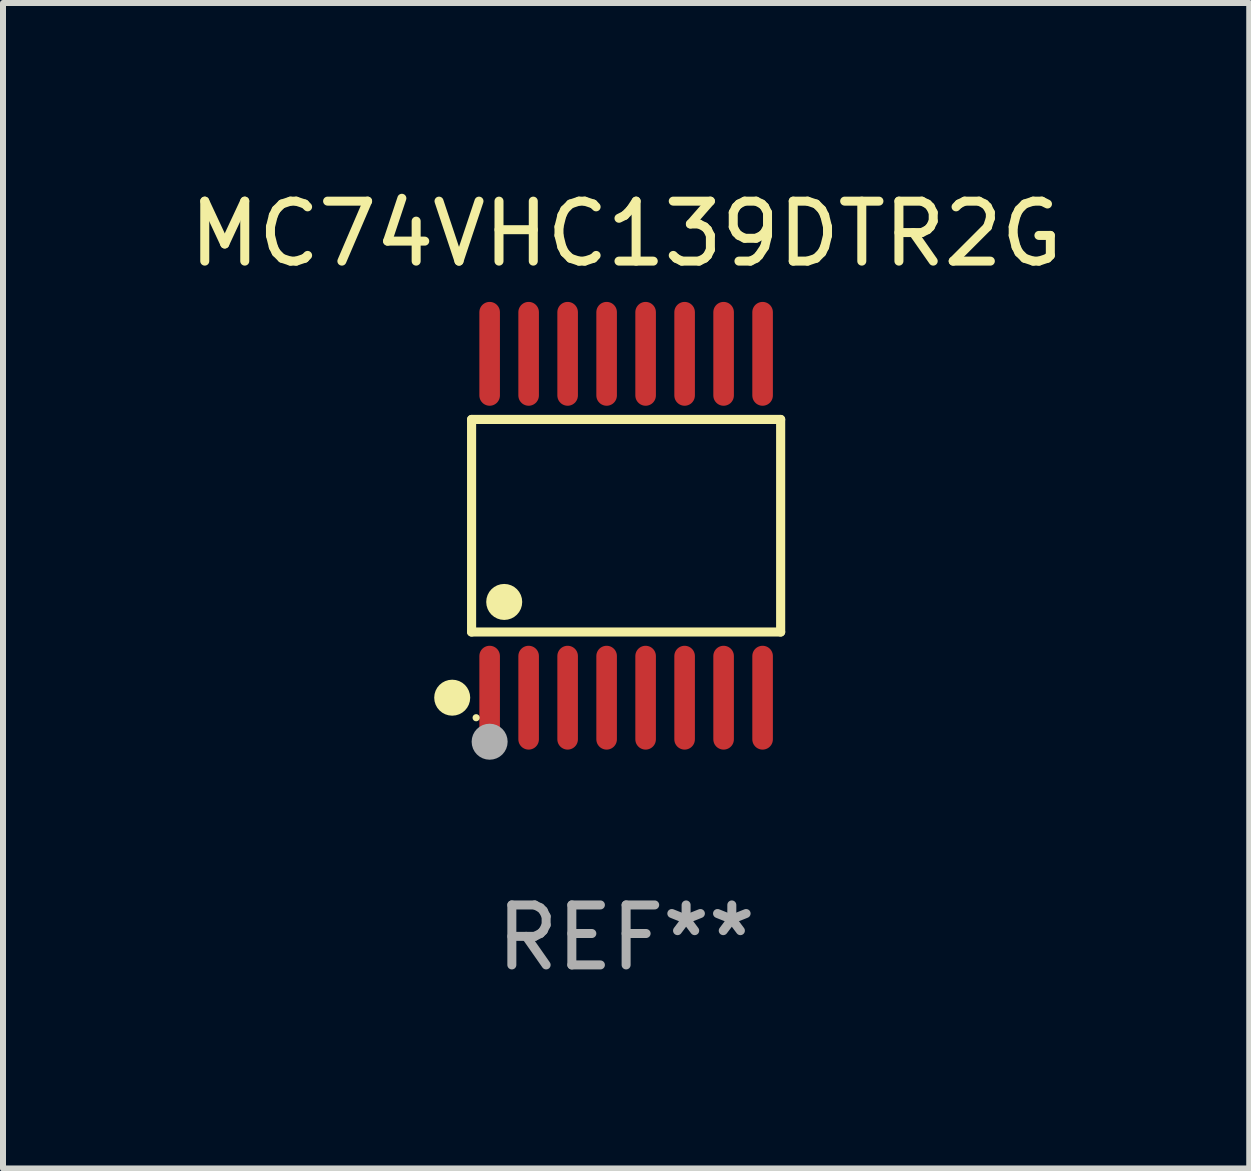
<source format=kicad_pcb>
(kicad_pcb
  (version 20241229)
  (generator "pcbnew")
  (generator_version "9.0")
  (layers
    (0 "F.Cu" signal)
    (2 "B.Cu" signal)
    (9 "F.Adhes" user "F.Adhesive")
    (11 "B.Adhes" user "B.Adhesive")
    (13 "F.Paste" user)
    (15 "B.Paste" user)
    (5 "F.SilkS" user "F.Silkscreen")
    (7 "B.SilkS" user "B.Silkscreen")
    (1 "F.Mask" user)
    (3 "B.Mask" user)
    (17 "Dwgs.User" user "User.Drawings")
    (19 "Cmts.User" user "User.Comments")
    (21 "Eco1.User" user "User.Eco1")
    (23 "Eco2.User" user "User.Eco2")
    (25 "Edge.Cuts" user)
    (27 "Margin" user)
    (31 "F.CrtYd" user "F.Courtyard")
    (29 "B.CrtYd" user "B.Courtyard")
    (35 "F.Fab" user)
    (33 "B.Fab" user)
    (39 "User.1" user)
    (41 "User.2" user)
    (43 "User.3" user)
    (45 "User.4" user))
  (footprint "MC74VHC139DTR2G"
    (layer "F.Cu")
    (at 7.387 5.714)
    (property "Reference" "MC74VHC139DTR2G" (at 0 -4.866 0) (layer "F.SilkS") (effects (font (size 1 1) (thickness 0.15))))
    (attr through_hole)
    (fp_line (start -2.576 -1.772) (end 2.576 -1.772) (stroke (width 0.152) (type solid)) (layer "F.SilkS"))
    (fp_line (start -2.576 1.771) (end -2.576 -1.772) (stroke (width 0.152) (type solid)) (layer "F.SilkS"))
    (fp_line (start 2.576 -1.772) (end 2.576 1.771) (stroke (width 0.152) (type solid)) (layer "F.SilkS"))
    (fp_line (start 2.576 1.771) (end -2.576 1.771) (stroke (width 0.152) (type solid)) (layer "F.SilkS"))
    (fp_circle (center -2.899 2.866) (end -2.749 2.866) (stroke (width 0.3) (type solid)) (fill no) (layer "F.SilkS"))
    (fp_circle (center -2.5 3.2) (end -2.47 3.2) (stroke (width 0.06) (type solid)) (fill no) (layer "F.SilkS"))
    (fp_circle (center -2.032 1.27) (end -1.882 1.27) (stroke (width 0.3) (type solid)) (fill no) (layer "F.SilkS"))
    (fp_circle (center -2.275 3.6) (end -2.125 3.6) (stroke (width 0.3) (type solid)) (fill no) (layer "F.Fab"))
    (fp_text user "REF**" (at 0 6.866 0) (layer "F.Fab") (effects (font (size 1 1) (thickness 0.15))))
    (pad "1" smd oval (at -2.275 2.866) (size 0.343 1.731) (layers "F.Cu" "F.Mask" "F.Paste"))
    (pad "2" smd oval (at -1.625 2.866) (size 0.343 1.731) (layers "F.Cu" "F.Mask" "F.Paste"))
    (pad "3" smd oval (at -0.975 2.866) (size 0.343 1.731) (layers "F.Cu" "F.Mask" "F.Paste"))
    (pad "4" smd oval (at -0.325 2.866) (size 0.343 1.731) (layers "F.Cu" "F.Mask" "F.Paste"))
    (pad "5" smd oval (at 0.325 2.866) (size 0.343 1.731) (layers "F.Cu" "F.Mask" "F.Paste"))
    (pad "6" smd oval (at 0.975 2.866) (size 0.343 1.731) (layers "F.Cu" "F.Mask" "F.Paste"))
    (pad "7" smd oval (at 1.625 2.866) (size 0.343 1.731) (layers "F.Cu" "F.Mask" "F.Paste"))
    (pad "8" smd oval (at 2.275 2.866) (size 0.343 1.731) (layers "F.Cu" "F.Mask" "F.Paste"))
    (pad "9" smd oval (at 2.275 -2.866) (size 0.343 1.731) (layers "F.Cu" "F.Mask" "F.Paste"))
    (pad "10" smd oval (at 1.625 -2.866) (size 0.343 1.731) (layers "F.Cu" "F.Mask" "F.Paste"))
    (pad "11" smd oval (at 0.975 -2.866) (size 0.343 1.731) (layers "F.Cu" "F.Mask" "F.Paste"))
    (pad "12" smd oval (at 0.325 -2.866) (size 0.343 1.731) (layers "F.Cu" "F.Mask" "F.Paste"))
    (pad "13" smd oval (at -0.325 -2.866) (size 0.343 1.731) (layers "F.Cu" "F.Mask" "F.Paste"))
    (pad "14" smd oval (at -0.975 -2.866) (size 0.343 1.731) (layers "F.Cu" "F.Mask" "F.Paste"))
    (pad "15" smd oval (at -1.625 -2.866) (size 0.343 1.731) (layers "F.Cu" "F.Mask" "F.Paste"))
    (pad "16" smd oval (at -2.275 -2.866) (size 0.343 1.731) (layers "F.Cu" "F.Mask" "F.Paste")))
  (gr_rect
    (start -3 -3)
    (end 17.774 16.428)
    (stroke (width 0.1) (type default))
    (fill no)
    (layer "Edge.Cuts")))
</source>
